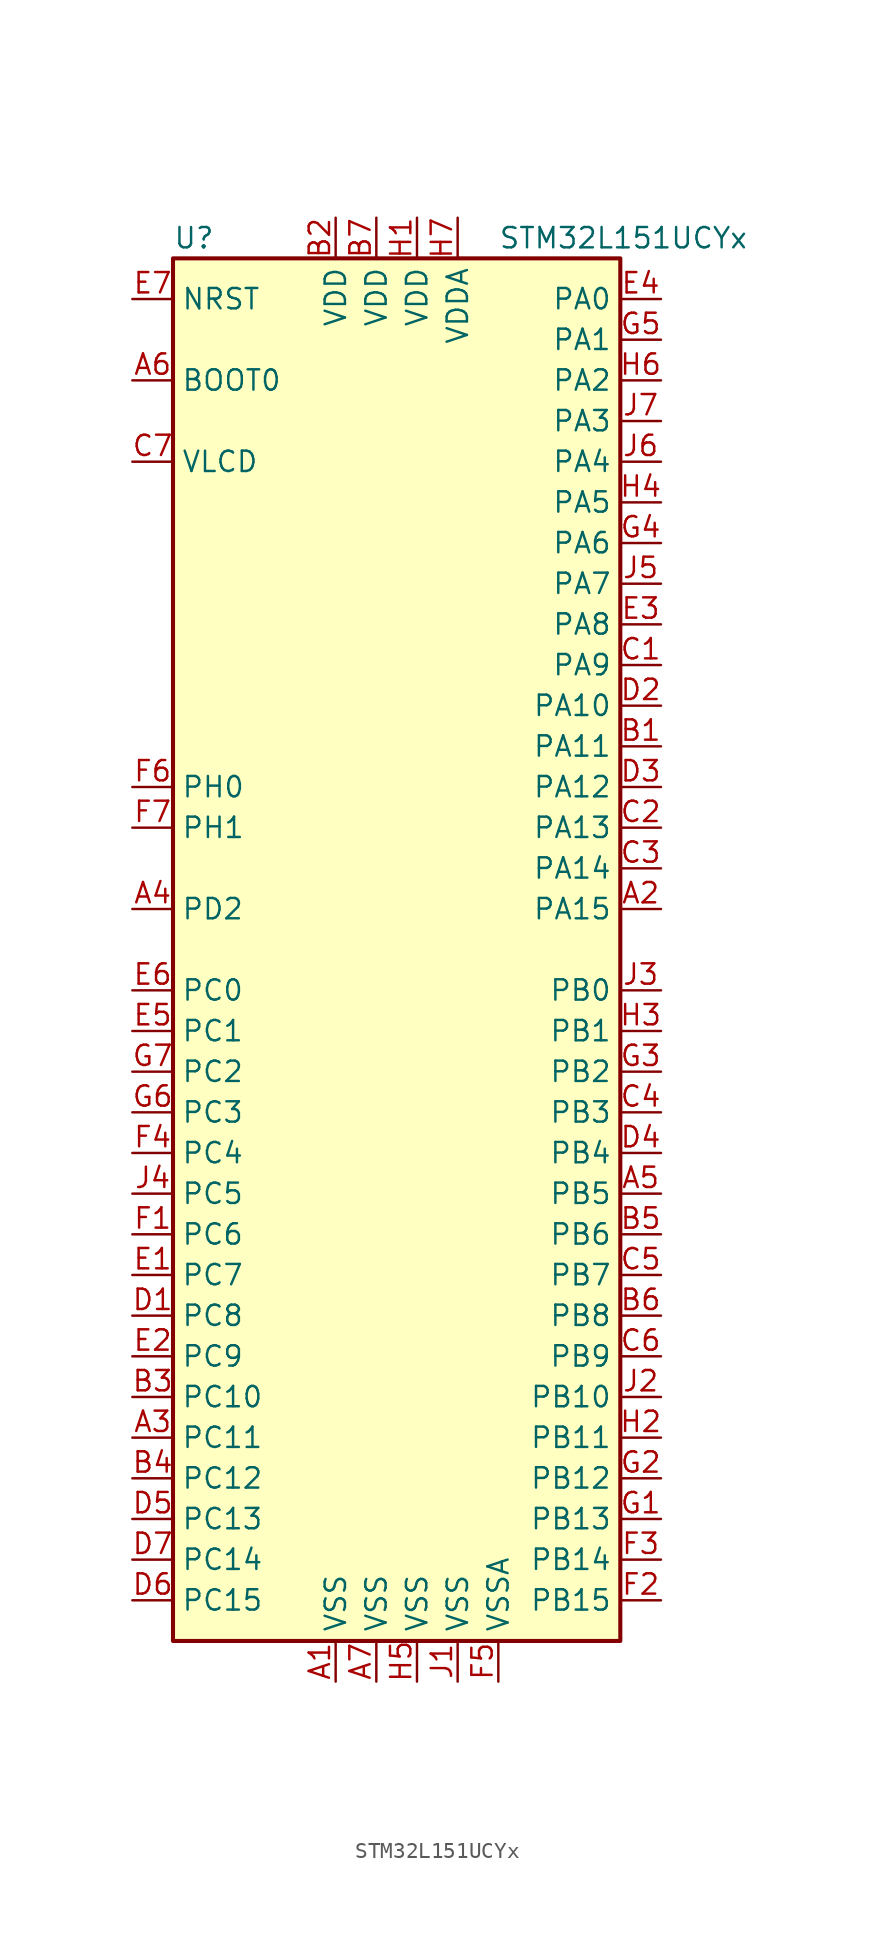
<source format=kicad_sym>
(kicad_symbol_lib
  (version 20211014)
  (generator kicad_symbol_editor)
  (symbol "STM32L151UCYx"
    (property "Reference" "U"
      (at -15.24 44.45 0)
      (effects (font (size 1.27 1.27)) (justify left)))
    (property "Value" "STM32L151UCYx"
      (at 5.08 44.45 0)
      (effects (font (size 1.27 1.27)) (justify left)))
    (symbol "STM32L151UCYx_0_1"
      (rectangle (start -15.24 -43.18) (end 12.7 43.18) (stroke (width 0.254) (type default) (color 0 0 0 0)) (fill (type background))))
    (symbol "STM32L151UCYx_1_1"
      (pin power_in line (at -5.08 -45.72 90) (length 2.54) (name "VSS" (effects (font (size 1.27 1.27)))) (number "A1" (effects (font (size 1.27 1.27)))))
      (pin bidirectional line (at 15.24 2.54 180) (length 2.54) (name "PA15" (effects (font (size 1.27 1.27)))) (number "A2" (effects (font (size 1.27 1.27)))))
      (pin bidirectional line (at -17.78 -30.48 0) (length 2.54) (name "PC11" (effects (font (size 1.27 1.27)))) (number "A3" (effects (font (size 1.27 1.27)))))
      (pin bidirectional line (at -17.78 2.54 0) (length 2.54) (name "PD2" (effects (font (size 1.27 1.27)))) (number "A4" (effects (font (size 1.27 1.27)))))
      (pin bidirectional line (at 15.24 -15.24 180) (length 2.54) (name "PB5" (effects (font (size 1.27 1.27)))) (number "A5" (effects (font (size 1.27 1.27)))))
      (pin input line (at -17.78 35.56 0) (length 2.54) (name "BOOT0" (effects (font (size 1.27 1.27)))) (number "A6" (effects (font (size 1.27 1.27)))))
      (pin power_in line (at -2.54 -45.72 90) (length 2.54) (name "VSS" (effects (font (size 1.27 1.27)))) (number "A7" (effects (font (size 1.27 1.27)))))
      (pin bidirectional line (at 15.24 12.7 180) (length 2.54) (name "PA11" (effects (font (size 1.27 1.27)))) (number "B1" (effects (font (size 1.27 1.27)))))
      (pin power_in line (at -5.08 45.72 270) (length 2.54) (name "VDD" (effects (font (size 1.27 1.27)))) (number "B2" (effects (font (size 1.27 1.27)))))
      (pin bidirectional line (at -17.78 -27.94 0) (length 2.54) (name "PC10" (effects (font (size 1.27 1.27)))) (number "B3" (effects (font (size 1.27 1.27)))))
      (pin bidirectional line (at -17.78 -33.02 0) (length 2.54) (name "PC12" (effects (font (size 1.27 1.27)))) (number "B4" (effects (font (size 1.27 1.27)))))
      (pin bidirectional line (at 15.24 -17.78 180) (length 2.54) (name "PB6" (effects (font (size 1.27 1.27)))) (number "B5" (effects (font (size 1.27 1.27)))))
      (pin bidirectional line (at 15.24 -22.86 180) (length 2.54) (name "PB8" (effects (font (size 1.27 1.27)))) (number "B6" (effects (font (size 1.27 1.27)))))
      (pin power_in line (at -2.54 45.72 270) (length 2.54) (name "VDD" (effects (font (size 1.27 1.27)))) (number "B7" (effects (font (size 1.27 1.27)))))
      (pin bidirectional line (at 15.24 17.78 180) (length 2.54) (name "PA9" (effects (font (size 1.27 1.27)))) (number "C1" (effects (font (size 1.27 1.27)))))
      (pin bidirectional line (at 15.24 7.62 180) (length 2.54) (name "PA13" (effects (font (size 1.27 1.27)))) (number "C2" (effects (font (size 1.27 1.27)))))
      (pin bidirectional line (at 15.24 5.08 180) (length 2.54) (name "PA14" (effects (font (size 1.27 1.27)))) (number "C3" (effects (font (size 1.27 1.27)))))
      (pin bidirectional line (at 15.24 -10.16 180) (length 2.54) (name "PB3" (effects (font (size 1.27 1.27)))) (number "C4" (effects (font (size 1.27 1.27)))))
      (pin bidirectional line (at 15.24 -20.32 180) (length 2.54) (name "PB7" (effects (font (size 1.27 1.27)))) (number "C5" (effects (font (size 1.27 1.27)))))
      (pin bidirectional line (at 15.24 -25.4 180) (length 2.54) (name "PB9" (effects (font (size 1.27 1.27)))) (number "C6" (effects (font (size 1.27 1.27)))))
      (pin power_in line (at -17.78 30.48 0) (length 2.54) (name "VLCD" (effects (font (size 1.27 1.27)))) (number "C7" (effects (font (size 1.27 1.27)))))
      (pin bidirectional line (at -17.78 -22.86 0) (length 2.54) (name "PC8" (effects (font (size 1.27 1.27)))) (number "D1" (effects (font (size 1.27 1.27)))))
      (pin bidirectional line (at 15.24 15.24 180) (length 2.54) (name "PA10" (effects (font (size 1.27 1.27)))) (number "D2" (effects (font (size 1.27 1.27)))))
      (pin bidirectional line (at 15.24 10.16 180) (length 2.54) (name "PA12" (effects (font (size 1.27 1.27)))) (number "D3" (effects (font (size 1.27 1.27)))))
      (pin bidirectional line (at 15.24 -12.7 180) (length 2.54) (name "PB4" (effects (font (size 1.27 1.27)))) (number "D4" (effects (font (size 1.27 1.27)))))
      (pin bidirectional line (at -17.78 -35.56 0) (length 2.54) (name "PC13" (effects (font (size 1.27 1.27)))) (number "D5" (effects (font (size 1.27 1.27)))))
      (pin bidirectional line (at -17.78 -40.64 0) (length 2.54) (name "PC15" (effects (font (size 1.27 1.27)))) (number "D6" (effects (font (size 1.27 1.27)))))
      (pin bidirectional line (at -17.78 -38.1 0) (length 2.54) (name "PC14" (effects (font (size 1.27 1.27)))) (number "D7" (effects (font (size 1.27 1.27)))))
      (pin bidirectional line (at -17.78 -20.32 0) (length 2.54) (name "PC7" (effects (font (size 1.27 1.27)))) (number "E1" (effects (font (size 1.27 1.27)))))
      (pin bidirectional line (at -17.78 -25.4 0) (length 2.54) (name "PC9" (effects (font (size 1.27 1.27)))) (number "E2" (effects (font (size 1.27 1.27)))))
      (pin bidirectional line (at 15.24 20.32 180) (length 2.54) (name "PA8" (effects (font (size 1.27 1.27)))) (number "E3" (effects (font (size 1.27 1.27)))))
      (pin bidirectional line (at 15.24 40.64 180) (length 2.54) (name "PA0" (effects (font (size 1.27 1.27)))) (number "E4" (effects (font (size 1.27 1.27)))))
      (pin bidirectional line (at -17.78 -5.08 0) (length 2.54) (name "PC1" (effects (font (size 1.27 1.27)))) (number "E5" (effects (font (size 1.27 1.27)))))
      (pin bidirectional line (at -17.78 -2.54 0) (length 2.54) (name "PC0" (effects (font (size 1.27 1.27)))) (number "E6" (effects (font (size 1.27 1.27)))))
      (pin input line (at -17.78 40.64 0) (length 2.54) (name "NRST" (effects (font (size 1.27 1.27)))) (number "E7" (effects (font (size 1.27 1.27)))))
      (pin bidirectional line (at -17.78 -17.78 0) (length 2.54) (name "PC6" (effects (font (size 1.27 1.27)))) (number "F1" (effects (font (size 1.27 1.27)))))
      (pin bidirectional line (at 15.24 -40.64 180) (length 2.54) (name "PB15" (effects (font (size 1.27 1.27)))) (number "F2" (effects (font (size 1.27 1.27)))))
      (pin bidirectional line (at 15.24 -38.1 180) (length 2.54) (name "PB14" (effects (font (size 1.27 1.27)))) (number "F3" (effects (font (size 1.27 1.27)))))
      (pin bidirectional line (at -17.78 -12.7 0) (length 2.54) (name "PC4" (effects (font (size 1.27 1.27)))) (number "F4" (effects (font (size 1.27 1.27)))))
      (pin power_in line (at 5.08 -45.72 90) (length 2.54) (name "VSSA" (effects (font (size 1.27 1.27)))) (number "F5" (effects (font (size 1.27 1.27)))))
      (pin input line (at -17.78 10.16 0) (length 2.54) (name "PH0" (effects (font (size 1.27 1.27)))) (number "F6" (effects (font (size 1.27 1.27)))))
      (pin input line (at -17.78 7.62 0) (length 2.54) (name "PH1" (effects (font (size 1.27 1.27)))) (number "F7" (effects (font (size 1.27 1.27)))))
      (pin bidirectional line (at 15.24 -35.56 180) (length 2.54) (name "PB13" (effects (font (size 1.27 1.27)))) (number "G1" (effects (font (size 1.27 1.27)))))
      (pin bidirectional line (at 15.24 -33.02 180) (length 2.54) (name "PB12" (effects (font (size 1.27 1.27)))) (number "G2" (effects (font (size 1.27 1.27)))))
      (pin bidirectional line (at 15.24 -7.62 180) (length 2.54) (name "PB2" (effects (font (size 1.27 1.27)))) (number "G3" (effects (font (size 1.27 1.27)))))
      (pin bidirectional line (at 15.24 25.4 180) (length 2.54) (name "PA6" (effects (font (size 1.27 1.27)))) (number "G4" (effects (font (size 1.27 1.27)))))
      (pin bidirectional line (at 15.24 38.1 180) (length 2.54) (name "PA1" (effects (font (size 1.27 1.27)))) (number "G5" (effects (font (size 1.27 1.27)))))
      (pin bidirectional line (at -17.78 -10.16 0) (length 2.54) (name "PC3" (effects (font (size 1.27 1.27)))) (number "G6" (effects (font (size 1.27 1.27)))))
      (pin bidirectional line (at -17.78 -7.62 0) (length 2.54) (name "PC2" (effects (font (size 1.27 1.27)))) (number "G7" (effects (font (size 1.27 1.27)))))
      (pin power_in line (at 0 45.72 270) (length 2.54) (name "VDD" (effects (font (size 1.27 1.27)))) (number "H1" (effects (font (size 1.27 1.27)))))
      (pin bidirectional line (at 15.24 -30.48 180) (length 2.54) (name "PB11" (effects (font (size 1.27 1.27)))) (number "H2" (effects (font (size 1.27 1.27)))))
      (pin bidirectional line (at 15.24 -5.08 180) (length 2.54) (name "PB1" (effects (font (size 1.27 1.27)))) (number "H3" (effects (font (size 1.27 1.27)))))
      (pin bidirectional line (at 15.24 27.94 180) (length 2.54) (name "PA5" (effects (font (size 1.27 1.27)))) (number "H4" (effects (font (size 1.27 1.27)))))
      (pin power_in line (at 0 -45.72 90) (length 2.54) (name "VSS" (effects (font (size 1.27 1.27)))) (number "H5" (effects (font (size 1.27 1.27)))))
      (pin bidirectional line (at 15.24 35.56 180) (length 2.54) (name "PA2" (effects (font (size 1.27 1.27)))) (number "H6" (effects (font (size 1.27 1.27)))))
      (pin power_in line (at 2.54 45.72 270) (length 2.54) (name "VDDA" (effects (font (size 1.27 1.27)))) (number "H7" (effects (font (size 1.27 1.27)))))
      (pin power_in line (at 2.54 -45.72 90) (length 2.54) (name "VSS" (effects (font (size 1.27 1.27)))) (number "J1" (effects (font (size 1.27 1.27)))))
      (pin bidirectional line (at 15.24 -27.94 180) (length 2.54) (name "PB10" (effects (font (size 1.27 1.27)))) (number "J2" (effects (font (size 1.27 1.27)))))
      (pin bidirectional line (at 15.24 -2.54 180) (length 2.54) (name "PB0" (effects (font (size 1.27 1.27)))) (number "J3" (effects (font (size 1.27 1.27)))))
      (pin bidirectional line (at -17.78 -15.24 0) (length 2.54) (name "PC5" (effects (font (size 1.27 1.27)))) (number "J4" (effects (font (size 1.27 1.27)))))
      (pin bidirectional line (at 15.24 22.86 180) (length 2.54) (name "PA7" (effects (font (size 1.27 1.27)))) (number "J5" (effects (font (size 1.27 1.27)))))
      (pin bidirectional line (at 15.24 30.48 180) (length 2.54) (name "PA4" (effects (font (size 1.27 1.27)))) (number "J6" (effects (font (size 1.27 1.27)))))
      (pin bidirectional line (at 15.24 33.02 180) (length 2.54) (name "PA3" (effects (font (size 1.27 1.27)))) (number "J7" (effects (font (size 1.27 1.27))))))))
</source>
